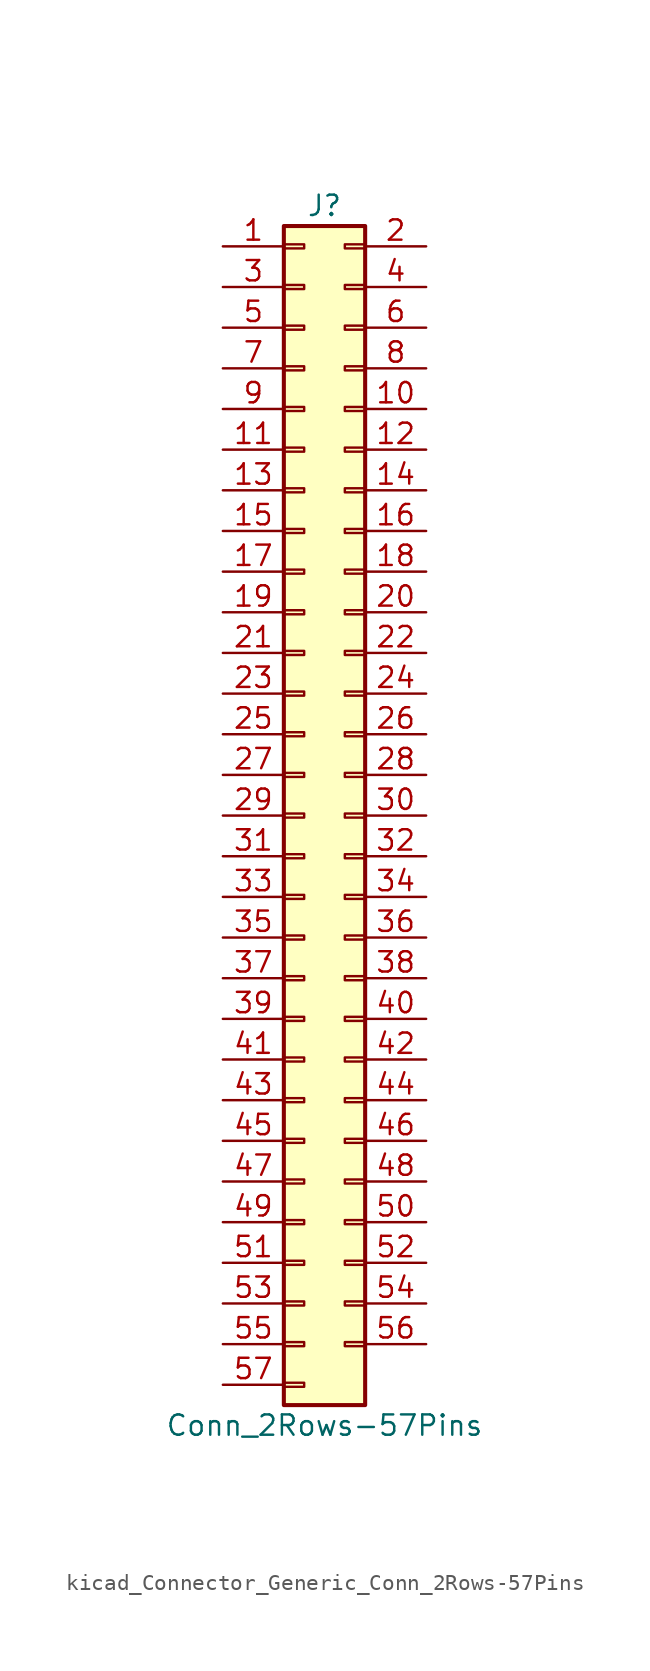
<source format=kicad_sym>
(kicad_symbol_lib
  (version 20220914)
  (generator kicad_symbol_editor)
  (symbol "kicad_Connector_Generic_Conn_2Rows-57Pins"
    (pin_names
      (offset 1.016) hide)
    (property "Reference" "J"
      (at 1.27 38.1 0)
      (effects (font (size 1.27 1.27))))
    (property "Value" "Conn_2Rows-57Pins"
      (at 1.27 -38.1 0)
      (effects (font (size 1.27 1.27))))
    (symbol "kicad_Connector_Generic_Conn_2Rows-57Pins_1_1"
      (rectangle (start -1.27 -35.433) (end 0 -35.687) (stroke (width 0.152) (type default)) (fill (type none)))
      (rectangle (start -1.27 -32.893) (end 0 -33.147) (stroke (width 0.152) (type default)) (fill (type none)))
      (rectangle (start -1.27 -30.353) (end 0 -30.607) (stroke (width 0.152) (type default)) (fill (type none)))
      (rectangle (start -1.27 -27.813) (end 0 -28.067) (stroke (width 0.152) (type default)) (fill (type none)))
      (rectangle (start -1.27 -25.273) (end 0 -25.527) (stroke (width 0.152) (type default)) (fill (type none)))
      (rectangle (start -1.27 -22.733) (end 0 -22.987) (stroke (width 0.152) (type default)) (fill (type none)))
      (rectangle (start -1.27 -20.193) (end 0 -20.447) (stroke (width 0.152) (type default)) (fill (type none)))
      (rectangle (start -1.27 -17.653) (end 0 -17.907) (stroke (width 0.152) (type default)) (fill (type none)))
      (rectangle (start -1.27 -15.113) (end 0 -15.367) (stroke (width 0.152) (type default)) (fill (type none)))
      (rectangle (start -1.27 -12.573) (end 0 -12.827) (stroke (width 0.152) (type default)) (fill (type none)))
      (rectangle (start -1.27 -10.033) (end 0 -10.287) (stroke (width 0.152) (type default)) (fill (type none)))
      (rectangle (start -1.27 -7.493) (end 0 -7.747) (stroke (width 0.152) (type default)) (fill (type none)))
      (rectangle (start -1.27 -4.953) (end 0 -5.207) (stroke (width 0.152) (type default)) (fill (type none)))
      (rectangle (start -1.27 -2.413) (end 0 -2.667) (stroke (width 0.152) (type default)) (fill (type none)))
      (rectangle (start -1.27 0.127) (end 0 -0.127) (stroke (width 0.152) (type default)) (fill (type none)))
      (rectangle (start -1.27 2.667) (end 0 2.413) (stroke (width 0.152) (type default)) (fill (type none)))
      (rectangle (start -1.27 5.207) (end 0 4.953) (stroke (width 0.152) (type default)) (fill (type none)))
      (rectangle (start -1.27 7.747) (end 0 7.493) (stroke (width 0.152) (type default)) (fill (type none)))
      (rectangle (start -1.27 10.287) (end 0 10.033) (stroke (width 0.152) (type default)) (fill (type none)))
      (rectangle (start -1.27 12.827) (end 0 12.573) (stroke (width 0.152) (type default)) (fill (type none)))
      (rectangle (start -1.27 15.367) (end 0 15.113) (stroke (width 0.152) (type default)) (fill (type none)))
      (rectangle (start -1.27 17.907) (end 0 17.653) (stroke (width 0.152) (type default)) (fill (type none)))
      (rectangle (start -1.27 20.447) (end 0 20.193) (stroke (width 0.152) (type default)) (fill (type none)))
      (rectangle (start -1.27 22.987) (end 0 22.733) (stroke (width 0.152) (type default)) (fill (type none)))
      (rectangle (start -1.27 25.527) (end 0 25.273) (stroke (width 0.152) (type default)) (fill (type none)))
      (rectangle (start -1.27 28.067) (end 0 27.813) (stroke (width 0.152) (type default)) (fill (type none)))
      (rectangle (start -1.27 30.607) (end 0 30.353) (stroke (width 0.152) (type default)) (fill (type none)))
      (rectangle (start -1.27 33.147) (end 0 32.893) (stroke (width 0.152) (type default)) (fill (type none)))
      (rectangle (start -1.27 35.687) (end 0 35.433) (stroke (width 0.152) (type default)) (fill (type none)))
      (rectangle (start -1.27 36.83) (end 3.81 -36.83) (stroke (width 0.254) (type default)) (fill (type background)))
      (rectangle (start 3.81 -32.893) (end 2.54 -33.147) (stroke (width 0.152) (type default)) (fill (type none)))
      (rectangle (start 3.81 -30.353) (end 2.54 -30.607) (stroke (width 0.152) (type default)) (fill (type none)))
      (rectangle (start 3.81 -27.813) (end 2.54 -28.067) (stroke (width 0.152) (type default)) (fill (type none)))
      (rectangle (start 3.81 -25.273) (end 2.54 -25.527) (stroke (width 0.152) (type default)) (fill (type none)))
      (rectangle (start 3.81 -22.733) (end 2.54 -22.987) (stroke (width 0.152) (type default)) (fill (type none)))
      (rectangle (start 3.81 -20.193) (end 2.54 -20.447) (stroke (width 0.152) (type default)) (fill (type none)))
      (rectangle (start 3.81 -17.653) (end 2.54 -17.907) (stroke (width 0.152) (type default)) (fill (type none)))
      (rectangle (start 3.81 -15.113) (end 2.54 -15.367) (stroke (width 0.152) (type default)) (fill (type none)))
      (rectangle (start 3.81 -12.573) (end 2.54 -12.827) (stroke (width 0.152) (type default)) (fill (type none)))
      (rectangle (start 3.81 -10.033) (end 2.54 -10.287) (stroke (width 0.152) (type default)) (fill (type none)))
      (rectangle (start 3.81 -7.493) (end 2.54 -7.747) (stroke (width 0.152) (type default)) (fill (type none)))
      (rectangle (start 3.81 -4.953) (end 2.54 -5.207) (stroke (width 0.152) (type default)) (fill (type none)))
      (rectangle (start 3.81 -2.413) (end 2.54 -2.667) (stroke (width 0.152) (type default)) (fill (type none)))
      (rectangle (start 3.81 0.127) (end 2.54 -0.127) (stroke (width 0.152) (type default)) (fill (type none)))
      (rectangle (start 3.81 2.667) (end 2.54 2.413) (stroke (width 0.152) (type default)) (fill (type none)))
      (rectangle (start 3.81 5.207) (end 2.54 4.953) (stroke (width 0.152) (type default)) (fill (type none)))
      (rectangle (start 3.81 7.747) (end 2.54 7.493) (stroke (width 0.152) (type default)) (fill (type none)))
      (rectangle (start 3.81 10.287) (end 2.54 10.033) (stroke (width 0.152) (type default)) (fill (type none)))
      (rectangle (start 3.81 12.827) (end 2.54 12.573) (stroke (width 0.152) (type default)) (fill (type none)))
      (rectangle (start 3.81 15.367) (end 2.54 15.113) (stroke (width 0.152) (type default)) (fill (type none)))
      (rectangle (start 3.81 17.907) (end 2.54 17.653) (stroke (width 0.152) (type default)) (fill (type none)))
      (rectangle (start 3.81 20.447) (end 2.54 20.193) (stroke (width 0.152) (type default)) (fill (type none)))
      (rectangle (start 3.81 22.987) (end 2.54 22.733) (stroke (width 0.152) (type default)) (fill (type none)))
      (rectangle (start 3.81 25.527) (end 2.54 25.273) (stroke (width 0.152) (type default)) (fill (type none)))
      (rectangle (start 3.81 28.067) (end 2.54 27.813) (stroke (width 0.152) (type default)) (fill (type none)))
      (rectangle (start 3.81 30.607) (end 2.54 30.353) (stroke (width 0.152) (type default)) (fill (type none)))
      (rectangle (start 3.81 33.147) (end 2.54 32.893) (stroke (width 0.152) (type default)) (fill (type none)))
      (rectangle (start 3.81 35.687) (end 2.54 35.433) (stroke (width 0.152) (type default)) (fill (type none)))
      (pin passive line (at -5.08 35.56 0) (length 3.81) (name "Pin_1" (effects (font (size 1.27 1.27)))) (number "1" (effects (font (size 1.27 1.27)))))
      (pin passive line (at 7.62 25.4 180) (length 3.81) (name "Pin_10" (effects (font (size 1.27 1.27)))) (number "10" (effects (font (size 1.27 1.27)))))
      (pin passive line (at -5.08 22.86 0) (length 3.81) (name "Pin_11" (effects (font (size 1.27 1.27)))) (number "11" (effects (font (size 1.27 1.27)))))
      (pin passive line (at 7.62 22.86 180) (length 3.81) (name "Pin_12" (effects (font (size 1.27 1.27)))) (number "12" (effects (font (size 1.27 1.27)))))
      (pin passive line (at -5.08 20.32 0) (length 3.81) (name "Pin_13" (effects (font (size 1.27 1.27)))) (number "13" (effects (font (size 1.27 1.27)))))
      (pin passive line (at 7.62 20.32 180) (length 3.81) (name "Pin_14" (effects (font (size 1.27 1.27)))) (number "14" (effects (font (size 1.27 1.27)))))
      (pin passive line (at -5.08 17.78 0) (length 3.81) (name "Pin_15" (effects (font (size 1.27 1.27)))) (number "15" (effects (font (size 1.27 1.27)))))
      (pin passive line (at 7.62 17.78 180) (length 3.81) (name "Pin_16" (effects (font (size 1.27 1.27)))) (number "16" (effects (font (size 1.27 1.27)))))
      (pin passive line (at -5.08 15.24 0) (length 3.81) (name "Pin_17" (effects (font (size 1.27 1.27)))) (number "17" (effects (font (size 1.27 1.27)))))
      (pin passive line (at 7.62 15.24 180) (length 3.81) (name "Pin_18" (effects (font (size 1.27 1.27)))) (number "18" (effects (font (size 1.27 1.27)))))
      (pin passive line (at -5.08 12.7 0) (length 3.81) (name "Pin_19" (effects (font (size 1.27 1.27)))) (number "19" (effects (font (size 1.27 1.27)))))
      (pin passive line (at 7.62 35.56 180) (length 3.81) (name "Pin_2" (effects (font (size 1.27 1.27)))) (number "2" (effects (font (size 1.27 1.27)))))
      (pin passive line (at 7.62 12.7 180) (length 3.81) (name "Pin_20" (effects (font (size 1.27 1.27)))) (number "20" (effects (font (size 1.27 1.27)))))
      (pin passive line (at -5.08 10.16 0) (length 3.81) (name "Pin_21" (effects (font (size 1.27 1.27)))) (number "21" (effects (font (size 1.27 1.27)))))
      (pin passive line (at 7.62 10.16 180) (length 3.81) (name "Pin_22" (effects (font (size 1.27 1.27)))) (number "22" (effects (font (size 1.27 1.27)))))
      (pin passive line (at -5.08 7.62 0) (length 3.81) (name "Pin_23" (effects (font (size 1.27 1.27)))) (number "23" (effects (font (size 1.27 1.27)))))
      (pin passive line (at 7.62 7.62 180) (length 3.81) (name "Pin_24" (effects (font (size 1.27 1.27)))) (number "24" (effects (font (size 1.27 1.27)))))
      (pin passive line (at -5.08 5.08 0) (length 3.81) (name "Pin_25" (effects (font (size 1.27 1.27)))) (number "25" (effects (font (size 1.27 1.27)))))
      (pin passive line (at 7.62 5.08 180) (length 3.81) (name "Pin_26" (effects (font (size 1.27 1.27)))) (number "26" (effects (font (size 1.27 1.27)))))
      (pin passive line (at -5.08 2.54 0) (length 3.81) (name "Pin_27" (effects (font (size 1.27 1.27)))) (number "27" (effects (font (size 1.27 1.27)))))
      (pin passive line (at 7.62 2.54 180) (length 3.81) (name "Pin_28" (effects (font (size 1.27 1.27)))) (number "28" (effects (font (size 1.27 1.27)))))
      (pin passive line (at -5.08 0 0) (length 3.81) (name "Pin_29" (effects (font (size 1.27 1.27)))) (number "29" (effects (font (size 1.27 1.27)))))
      (pin passive line (at -5.08 33.02 0) (length 3.81) (name "Pin_3" (effects (font (size 1.27 1.27)))) (number "3" (effects (font (size 1.27 1.27)))))
      (pin passive line (at 7.62 0 180) (length 3.81) (name "Pin_30" (effects (font (size 1.27 1.27)))) (number "30" (effects (font (size 1.27 1.27)))))
      (pin passive line (at -5.08 -2.54 0) (length 3.81) (name "Pin_31" (effects (font (size 1.27 1.27)))) (number "31" (effects (font (size 1.27 1.27)))))
      (pin passive line (at 7.62 -2.54 180) (length 3.81) (name "Pin_32" (effects (font (size 1.27 1.27)))) (number "32" (effects (font (size 1.27 1.27)))))
      (pin passive line (at -5.08 -5.08 0) (length 3.81) (name "Pin_33" (effects (font (size 1.27 1.27)))) (number "33" (effects (font (size 1.27 1.27)))))
      (pin passive line (at 7.62 -5.08 180) (length 3.81) (name "Pin_34" (effects (font (size 1.27 1.27)))) (number "34" (effects (font (size 1.27 1.27)))))
      (pin passive line (at -5.08 -7.62 0) (length 3.81) (name "Pin_35" (effects (font (size 1.27 1.27)))) (number "35" (effects (font (size 1.27 1.27)))))
      (pin passive line (at 7.62 -7.62 180) (length 3.81) (name "Pin_36" (effects (font (size 1.27 1.27)))) (number "36" (effects (font (size 1.27 1.27)))))
      (pin passive line (at -5.08 -10.16 0) (length 3.81) (name "Pin_37" (effects (font (size 1.27 1.27)))) (number "37" (effects (font (size 1.27 1.27)))))
      (pin passive line (at 7.62 -10.16 180) (length 3.81) (name "Pin_38" (effects (font (size 1.27 1.27)))) (number "38" (effects (font (size 1.27 1.27)))))
      (pin passive line (at -5.08 -12.7 0) (length 3.81) (name "Pin_39" (effects (font (size 1.27 1.27)))) (number "39" (effects (font (size 1.27 1.27)))))
      (pin passive line (at 7.62 33.02 180) (length 3.81) (name "Pin_4" (effects (font (size 1.27 1.27)))) (number "4" (effects (font (size 1.27 1.27)))))
      (pin passive line (at 7.62 -12.7 180) (length 3.81) (name "Pin_40" (effects (font (size 1.27 1.27)))) (number "40" (effects (font (size 1.27 1.27)))))
      (pin passive line (at -5.08 -15.24 0) (length 3.81) (name "Pin_41" (effects (font (size 1.27 1.27)))) (number "41" (effects (font (size 1.27 1.27)))))
      (pin passive line (at 7.62 -15.24 180) (length 3.81) (name "Pin_42" (effects (font (size 1.27 1.27)))) (number "42" (effects (font (size 1.27 1.27)))))
      (pin passive line (at -5.08 -17.78 0) (length 3.81) (name "Pin_43" (effects (font (size 1.27 1.27)))) (number "43" (effects (font (size 1.27 1.27)))))
      (pin passive line (at 7.62 -17.78 180) (length 3.81) (name "Pin_44" (effects (font (size 1.27 1.27)))) (number "44" (effects (font (size 1.27 1.27)))))
      (pin passive line (at -5.08 -20.32 0) (length 3.81) (name "Pin_45" (effects (font (size 1.27 1.27)))) (number "45" (effects (font (size 1.27 1.27)))))
      (pin passive line (at 7.62 -20.32 180) (length 3.81) (name "Pin_46" (effects (font (size 1.27 1.27)))) (number "46" (effects (font (size 1.27 1.27)))))
      (pin passive line (at -5.08 -22.86 0) (length 3.81) (name "Pin_47" (effects (font (size 1.27 1.27)))) (number "47" (effects (font (size 1.27 1.27)))))
      (pin passive line (at 7.62 -22.86 180) (length 3.81) (name "Pin_48" (effects (font (size 1.27 1.27)))) (number "48" (effects (font (size 1.27 1.27)))))
      (pin passive line (at -5.08 -25.4 0) (length 3.81) (name "Pin_49" (effects (font (size 1.27 1.27)))) (number "49" (effects (font (size 1.27 1.27)))))
      (pin passive line (at -5.08 30.48 0) (length 3.81) (name "Pin_5" (effects (font (size 1.27 1.27)))) (number "5" (effects (font (size 1.27 1.27)))))
      (pin passive line (at 7.62 -25.4 180) (length 3.81) (name "Pin_50" (effects (font (size 1.27 1.27)))) (number "50" (effects (font (size 1.27 1.27)))))
      (pin passive line (at -5.08 -27.94 0) (length 3.81) (name "Pin_51" (effects (font (size 1.27 1.27)))) (number "51" (effects (font (size 1.27 1.27)))))
      (pin passive line (at 7.62 -27.94 180) (length 3.81) (name "Pin_52" (effects (font (size 1.27 1.27)))) (number "52" (effects (font (size 1.27 1.27)))))
      (pin passive line (at -5.08 -30.48 0) (length 3.81) (name "Pin_53" (effects (font (size 1.27 1.27)))) (number "53" (effects (font (size 1.27 1.27)))))
      (pin passive line (at 7.62 -30.48 180) (length 3.81) (name "Pin_54" (effects (font (size 1.27 1.27)))) (number "54" (effects (font (size 1.27 1.27)))))
      (pin passive line (at -5.08 -33.02 0) (length 3.81) (name "Pin_55" (effects (font (size 1.27 1.27)))) (number "55" (effects (font (size 1.27 1.27)))))
      (pin passive line (at 7.62 -33.02 180) (length 3.81) (name "Pin_56" (effects (font (size 1.27 1.27)))) (number "56" (effects (font (size 1.27 1.27)))))
      (pin passive line (at -5.08 -35.56 0) (length 3.81) (name "Pin_57" (effects (font (size 1.27 1.27)))) (number "57" (effects (font (size 1.27 1.27)))))
      (pin passive line (at 7.62 30.48 180) (length 3.81) (name "Pin_6" (effects (font (size 1.27 1.27)))) (number "6" (effects (font (size 1.27 1.27)))))
      (pin passive line (at -5.08 27.94 0) (length 3.81) (name "Pin_7" (effects (font (size 1.27 1.27)))) (number "7" (effects (font (size 1.27 1.27)))))
      (pin passive line (at 7.62 27.94 180) (length 3.81) (name "Pin_8" (effects (font (size 1.27 1.27)))) (number "8" (effects (font (size 1.27 1.27)))))
      (pin passive line (at -5.08 25.4 0) (length 3.81) (name "Pin_9" (effects (font (size 1.27 1.27)))) (number "9" (effects (font (size 1.27 1.27))))))))
</source>
